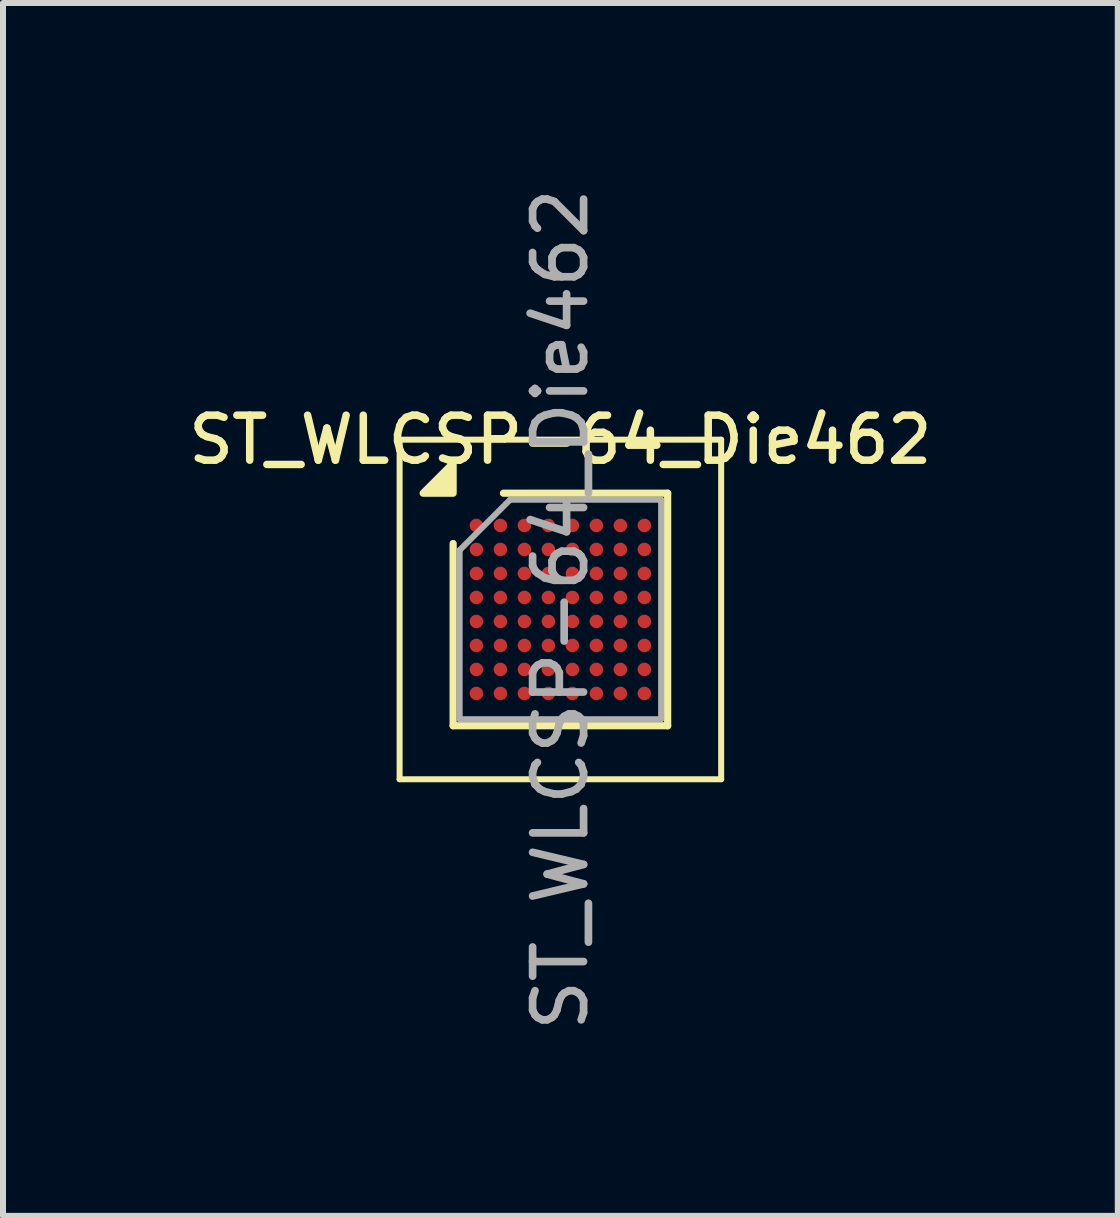
<source format=kicad_pcb>
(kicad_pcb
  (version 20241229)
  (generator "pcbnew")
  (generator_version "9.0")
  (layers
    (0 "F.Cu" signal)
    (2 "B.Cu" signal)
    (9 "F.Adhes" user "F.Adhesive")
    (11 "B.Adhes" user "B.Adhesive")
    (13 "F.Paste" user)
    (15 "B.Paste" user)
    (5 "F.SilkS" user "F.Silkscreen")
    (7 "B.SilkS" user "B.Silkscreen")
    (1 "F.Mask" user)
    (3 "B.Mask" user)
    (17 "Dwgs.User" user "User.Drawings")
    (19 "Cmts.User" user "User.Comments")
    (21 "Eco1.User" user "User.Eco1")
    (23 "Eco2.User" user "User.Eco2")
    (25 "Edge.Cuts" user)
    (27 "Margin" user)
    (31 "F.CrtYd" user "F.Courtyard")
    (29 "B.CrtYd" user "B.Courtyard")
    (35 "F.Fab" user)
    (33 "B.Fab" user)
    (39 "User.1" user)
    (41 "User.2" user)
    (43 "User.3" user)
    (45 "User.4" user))
  (footprint "ST_WLCSP-64_Die462"
    (layer "F.Cu")
    (at 6.291 7.109)
    (property "Reference" "ST_WLCSP-64_Die462" (at 0 -2.829 0) (layer "F.SilkS") (effects (font (size 0.75 0.75) (thickness 0.125))))
    (attr smd)
    (fp_line (start -2.68 -2.83) (end -2.68 2.83) (stroke (width 0.1) (type solid)) (layer "F.SilkS"))
    (fp_line (start -2.68 2.83) (end 2.68 2.83) (stroke (width 0.1) (type solid)) (layer "F.SilkS"))
    (fp_line (start -1.788 1.938) (end -1.788 -1.099) (stroke (width 0.12) (type solid)) (layer "F.SilkS"))
    (fp_line (start -0.949 -1.938) (end 1.788 -1.938) (stroke (width 0.12) (type solid)) (layer "F.SilkS"))
    (fp_line (start 1.788 -1.938) (end 1.788 1.938) (stroke (width 0.12) (type solid)) (layer "F.SilkS"))
    (fp_line (start 1.788 1.938) (end -1.788 1.938) (stroke (width 0.12) (type solid)) (layer "F.SilkS"))
    (fp_line (start 2.68 -2.83) (end -2.68 -2.83) (stroke (width 0.1) (type solid)) (layer "F.SilkS"))
    (fp_line (start 2.68 2.83) (end 2.68 -2.83) (stroke (width 0.1) (type solid)) (layer "F.SilkS"))
    (fp_poly (pts (xy -1.788 -1.938) (xy -2.288 -1.938) (xy -1.788 -2.438) (xy -1.788 -1.938)) (stroke (width 0.12) (type solid)) (fill yes) (layer "F.SilkS"))
    (fp_line (start -1.679 -0.989) (end -0.839 -1.829) (stroke (width 0.1) (type solid)) (layer "F.Fab"))
    (fp_line (start -1.679 1.829) (end -1.679 -0.989) (stroke (width 0.1) (type solid)) (layer "F.Fab"))
    (fp_line (start -0.839 -1.829) (end 1.679 -1.829) (stroke (width 0.1) (type solid)) (layer "F.Fab"))
    (fp_line (start 1.679 -1.829) (end 1.679 1.829) (stroke (width 0.1) (type solid)) (layer "F.Fab"))
    (fp_line (start 1.679 1.829) (end -1.679 1.829) (stroke (width 0.1) (type solid)) (layer "F.Fab"))
    (fp_text user "${REFERENCE}" (at 0 0 270) (layer "F.Fab") (effects (font (size 0.85 0.85) (thickness 0.128))))
    (pad "A1" smd circle (at -1.4 -1.4) (size 0.225 0.225) (property pad_prop_bga) (layers "F.Cu" "F.Mask" "F.Paste"))
    (pad "A2" smd circle (at -1 -1.4) (size 0.225 0.225) (property pad_prop_bga) (layers "F.Cu" "F.Mask" "F.Paste"))
    (pad "A3" smd circle (at -0.6 -1.4) (size 0.225 0.225) (property pad_prop_bga) (layers "F.Cu" "F.Mask" "F.Paste"))
    (pad "A4" smd circle (at -0.2 -1.4) (size 0.225 0.225) (property pad_prop_bga) (layers "F.Cu" "F.Mask" "F.Paste"))
    (pad "A5" smd circle (at 0.2 -1.4) (size 0.225 0.225) (property pad_prop_bga) (layers "F.Cu" "F.Mask" "F.Paste"))
    (pad "A6" smd circle (at 0.6 -1.4) (size 0.225 0.225) (property pad_prop_bga) (layers "F.Cu" "F.Mask" "F.Paste"))
    (pad "A7" smd circle (at 1 -1.4) (size 0.225 0.225) (property pad_prop_bga) (layers "F.Cu" "F.Mask" "F.Paste"))
    (pad "A8" smd circle (at 1.4 -1.4) (size 0.225 0.225) (property pad_prop_bga) (layers "F.Cu" "F.Mask" "F.Paste"))
    (pad "B1" smd circle (at -1.4 -1) (size 0.225 0.225) (property pad_prop_bga) (layers "F.Cu" "F.Mask" "F.Paste"))
    (pad "B2" smd circle (at -1 -1) (size 0.225 0.225) (property pad_prop_bga) (layers "F.Cu" "F.Mask" "F.Paste"))
    (pad "B3" smd circle (at -0.6 -1) (size 0.225 0.225) (property pad_prop_bga) (layers "F.Cu" "F.Mask" "F.Paste"))
    (pad "B4" smd circle (at -0.2 -1) (size 0.225 0.225) (property pad_prop_bga) (layers "F.Cu" "F.Mask" "F.Paste"))
    (pad "B5" smd circle (at 0.2 -1) (size 0.225 0.225) (property pad_prop_bga) (layers "F.Cu" "F.Mask" "F.Paste"))
    (pad "B6" smd circle (at 0.6 -1) (size 0.225 0.225) (property pad_prop_bga) (layers "F.Cu" "F.Mask" "F.Paste"))
    (pad "B7" smd circle (at 1 -1) (size 0.225 0.225) (property pad_prop_bga) (layers "F.Cu" "F.Mask" "F.Paste"))
    (pad "B8" smd circle (at 1.4 -1) (size 0.225 0.225) (property pad_prop_bga) (layers "F.Cu" "F.Mask" "F.Paste"))
    (pad "C1" smd circle (at -1.4 -0.6) (size 0.225 0.225) (property pad_prop_bga) (layers "F.Cu" "F.Mask" "F.Paste"))
    (pad "C2" smd circle (at -1 -0.6) (size 0.225 0.225) (property pad_prop_bga) (layers "F.Cu" "F.Mask" "F.Paste"))
    (pad "C3" smd circle (at -0.6 -0.6) (size 0.225 0.225) (property pad_prop_bga) (layers "F.Cu" "F.Mask" "F.Paste"))
    (pad "C4" smd circle (at -0.2 -0.6) (size 0.225 0.225) (property pad_prop_bga) (layers "F.Cu" "F.Mask" "F.Paste"))
    (pad "C5" smd circle (at 0.2 -0.6) (size 0.225 0.225) (property pad_prop_bga) (layers "F.Cu" "F.Mask" "F.Paste"))
    (pad "C6" smd circle (at 0.6 -0.6) (size 0.225 0.225) (property pad_prop_bga) (layers "F.Cu" "F.Mask" "F.Paste"))
    (pad "C7" smd circle (at 1 -0.6) (size 0.225 0.225) (property pad_prop_bga) (layers "F.Cu" "F.Mask" "F.Paste"))
    (pad "C8" smd circle (at 1.4 -0.6) (size 0.225 0.225) (property pad_prop_bga) (layers "F.Cu" "F.Mask" "F.Paste"))
    (pad "D1" smd circle (at -1.4 -0.2) (size 0.225 0.225) (property pad_prop_bga) (layers "F.Cu" "F.Mask" "F.Paste"))
    (pad "D2" smd circle (at -1 -0.2) (size 0.225 0.225) (property pad_prop_bga) (layers "F.Cu" "F.Mask" "F.Paste"))
    (pad "D3" smd circle (at -0.6 -0.2) (size 0.225 0.225) (property pad_prop_bga) (layers "F.Cu" "F.Mask" "F.Paste"))
    (pad "D4" smd circle (at -0.2 -0.2) (size 0.225 0.225) (property pad_prop_bga) (layers "F.Cu" "F.Mask" "F.Paste"))
    (pad "D5" smd circle (at 0.2 -0.2) (size 0.225 0.225) (property pad_prop_bga) (layers "F.Cu" "F.Mask" "F.Paste"))
    (pad "D6" smd circle (at 0.6 -0.2) (size 0.225 0.225) (property pad_prop_bga) (layers "F.Cu" "F.Mask" "F.Paste"))
    (pad "D7" smd circle (at 1 -0.2) (size 0.225 0.225) (property pad_prop_bga) (layers "F.Cu" "F.Mask" "F.Paste"))
    (pad "D8" smd circle (at 1.4 -0.2) (size 0.225 0.225) (property pad_prop_bga) (layers "F.Cu" "F.Mask" "F.Paste"))
    (pad "E1" smd circle (at -1.4 0.2) (size 0.225 0.225) (property pad_prop_bga) (layers "F.Cu" "F.Mask" "F.Paste"))
    (pad "E2" smd circle (at -1 0.2) (size 0.225 0.225) (property pad_prop_bga) (layers "F.Cu" "F.Mask" "F.Paste"))
    (pad "E3" smd circle (at -0.6 0.2) (size 0.225 0.225) (property pad_prop_bga) (layers "F.Cu" "F.Mask" "F.Paste"))
    (pad "E4" smd circle (at -0.2 0.2) (size 0.225 0.225) (property pad_prop_bga) (layers "F.Cu" "F.Mask" "F.Paste"))
    (pad "E5" smd circle (at 0.2 0.2) (size 0.225 0.225) (property pad_prop_bga) (layers "F.Cu" "F.Mask" "F.Paste"))
    (pad "E6" smd circle (at 0.6 0.2) (size 0.225 0.225) (property pad_prop_bga) (layers "F.Cu" "F.Mask" "F.Paste"))
    (pad "E7" smd circle (at 1 0.2) (size 0.225 0.225) (property pad_prop_bga) (layers "F.Cu" "F.Mask" "F.Paste"))
    (pad "E8" smd circle (at 1.4 0.2) (size 0.225 0.225) (property pad_prop_bga) (layers "F.Cu" "F.Mask" "F.Paste"))
    (pad "F1" smd circle (at -1.4 0.6) (size 0.225 0.225) (property pad_prop_bga) (layers "F.Cu" "F.Mask" "F.Paste"))
    (pad "F2" smd circle (at -1 0.6) (size 0.225 0.225) (property pad_prop_bga) (layers "F.Cu" "F.Mask" "F.Paste"))
    (pad "F3" smd circle (at -0.6 0.6) (size 0.225 0.225) (property pad_prop_bga) (layers "F.Cu" "F.Mask" "F.Paste"))
    (pad "F4" smd circle (at -0.2 0.6) (size 0.225 0.225) (property pad_prop_bga) (layers "F.Cu" "F.Mask" "F.Paste"))
    (pad "F5" smd circle (at 0.2 0.6) (size 0.225 0.225) (property pad_prop_bga) (layers "F.Cu" "F.Mask" "F.Paste"))
    (pad "F6" smd circle (at 0.6 0.6) (size 0.225 0.225) (property pad_prop_bga) (layers "F.Cu" "F.Mask" "F.Paste"))
    (pad "F7" smd circle (at 1 0.6) (size 0.225 0.225) (property pad_prop_bga) (layers "F.Cu" "F.Mask" "F.Paste"))
    (pad "F8" smd circle (at 1.4 0.6) (size 0.225 0.225) (property pad_prop_bga) (layers "F.Cu" "F.Mask" "F.Paste"))
    (pad "G1" smd circle (at -1.4 1) (size 0.225 0.225) (property pad_prop_bga) (layers "F.Cu" "F.Mask" "F.Paste"))
    (pad "G2" smd circle (at -1 1) (size 0.225 0.225) (property pad_prop_bga) (layers "F.Cu" "F.Mask" "F.Paste"))
    (pad "G3" smd circle (at -0.6 1) (size 0.225 0.225) (property pad_prop_bga) (layers "F.Cu" "F.Mask" "F.Paste"))
    (pad "G4" smd circle (at -0.2 1) (size 0.225 0.225) (property pad_prop_bga) (layers "F.Cu" "F.Mask" "F.Paste"))
    (pad "G5" smd circle (at 0.2 1) (size 0.225 0.225) (property pad_prop_bga) (layers "F.Cu" "F.Mask" "F.Paste"))
    (pad "G6" smd circle (at 0.6 1) (size 0.225 0.225) (property pad_prop_bga) (layers "F.Cu" "F.Mask" "F.Paste"))
    (pad "G7" smd circle (at 1 1) (size 0.225 0.225) (property pad_prop_bga) (layers "F.Cu" "F.Mask" "F.Paste"))
    (pad "G8" smd circle (at 1.4 1) (size 0.225 0.225) (property pad_prop_bga) (layers "F.Cu" "F.Mask" "F.Paste"))
    (pad "H1" smd circle (at -1.4 1.4) (size 0.225 0.225) (property pad_prop_bga) (layers "F.Cu" "F.Mask" "F.Paste"))
    (pad "H2" smd circle (at -1 1.4) (size 0.225 0.225) (property pad_prop_bga) (layers "F.Cu" "F.Mask" "F.Paste"))
    (pad "H3" smd circle (at -0.6 1.4) (size 0.225 0.225) (property pad_prop_bga) (layers "F.Cu" "F.Mask" "F.Paste"))
    (pad "H4" smd circle (at -0.2 1.4) (size 0.225 0.225) (property pad_prop_bga) (layers "F.Cu" "F.Mask" "F.Paste"))
    (pad "H5" smd circle (at 0.2 1.4) (size 0.225 0.225) (property pad_prop_bga) (layers "F.Cu" "F.Mask" "F.Paste"))
    (pad "H6" smd circle (at 0.6 1.4) (size 0.225 0.225) (property pad_prop_bga) (layers "F.Cu" "F.Mask" "F.Paste"))
    (pad "H7" smd circle (at 1 1.4) (size 0.225 0.225) (property pad_prop_bga) (layers "F.Cu" "F.Mask" "F.Paste"))
    (pad "H8" smd circle (at 1.4 1.4) (size 0.225 0.225) (property pad_prop_bga) (layers "F.Cu" "F.Mask" "F.Paste")))
  (gr_rect
    (start -3 -3)
    (end 15.582 17.217)
    (stroke (width 0.1) (type default))
    (fill no)
    (layer "Edge.Cuts")))
</source>
